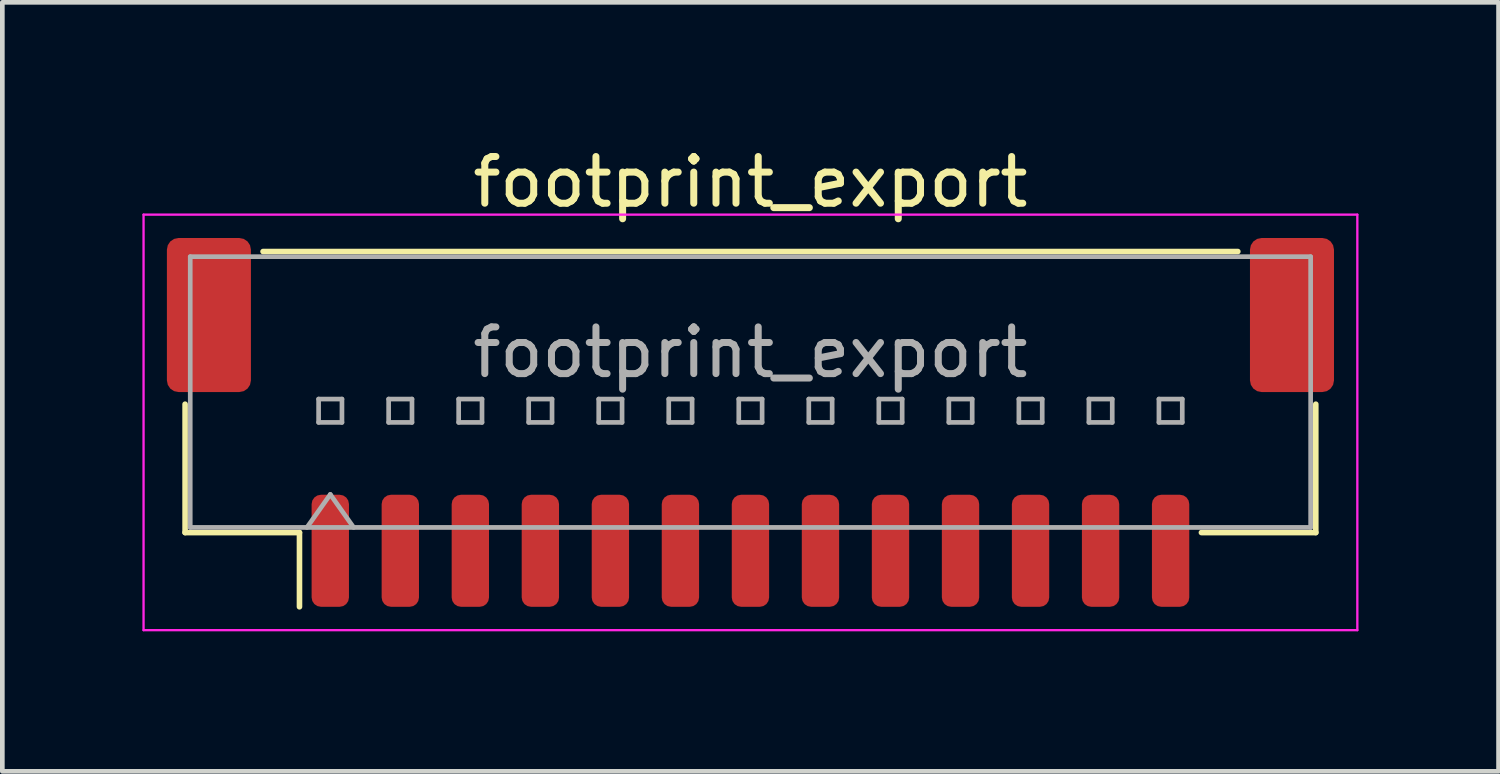
<source format=kicad_pcb>
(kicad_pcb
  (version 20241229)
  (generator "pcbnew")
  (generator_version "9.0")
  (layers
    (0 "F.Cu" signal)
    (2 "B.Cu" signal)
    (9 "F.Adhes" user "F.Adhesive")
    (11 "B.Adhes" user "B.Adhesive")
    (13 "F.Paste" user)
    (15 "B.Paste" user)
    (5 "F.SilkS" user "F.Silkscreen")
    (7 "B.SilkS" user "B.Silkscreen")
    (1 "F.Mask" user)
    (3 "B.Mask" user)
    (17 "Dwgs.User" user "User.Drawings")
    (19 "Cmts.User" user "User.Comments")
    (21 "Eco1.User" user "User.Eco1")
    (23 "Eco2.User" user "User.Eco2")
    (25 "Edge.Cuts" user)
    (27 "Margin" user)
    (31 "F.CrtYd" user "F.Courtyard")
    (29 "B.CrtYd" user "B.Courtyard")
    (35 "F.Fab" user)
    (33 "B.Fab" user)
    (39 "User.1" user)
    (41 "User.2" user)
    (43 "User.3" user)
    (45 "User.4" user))
  (footprint "footprint_export"
    (layer "F.Cu")
    (at 13.025 5.998)
    (property "Reference" "footprint_export" (at 0 -5.15 0) (layer "F.SilkS") (effects (font (size 1 1) (thickness 0.15))))
    (attr smd)
    (fp_line (start -12.11 -0.39) (end -12.11 2.36) (stroke (width 0.12) (type solid)) (layer "F.SilkS"))
    (fp_line (start -12.11 2.36) (end -9.66 2.36) (stroke (width 0.12) (type solid)) (layer "F.SilkS"))
    (fp_line (start -10.44 -3.66) (end 10.44 -3.66) (stroke (width 0.12) (type solid)) (layer "F.SilkS"))
    (fp_line (start -9.66 2.36) (end -9.66 3.95) (stroke (width 0.12) (type solid)) (layer "F.SilkS"))
    (fp_line (start 12.11 -0.39) (end 12.11 2.36) (stroke (width 0.12) (type solid)) (layer "F.SilkS"))
    (fp_line (start 12.11 2.36) (end 9.66 2.36) (stroke (width 0.12) (type solid)) (layer "F.SilkS"))
    (fp_line (start -13 -4.45) (end -13 4.45) (stroke (width 0.05) (type solid)) (layer "F.CrtYd"))
    (fp_line (start -13 4.45) (end 13 4.45) (stroke (width 0.05) (type solid)) (layer "F.CrtYd"))
    (fp_line (start 13 -4.45) (end -13 -4.45) (stroke (width 0.05) (type solid)) (layer "F.CrtYd"))
    (fp_line (start 13 4.45) (end 13 -4.45) (stroke (width 0.05) (type solid)) (layer "F.CrtYd"))
    (fp_line (start -12 -3.55) (end 12 -3.55) (stroke (width 0.1) (type solid)) (layer "F.Fab"))
    (fp_line (start -12 2.25) (end -12 -3.55) (stroke (width 0.1) (type solid)) (layer "F.Fab"))
    (fp_line (start -12 2.25) (end 12 2.25) (stroke (width 0.1) (type solid)) (layer "F.Fab"))
    (fp_line (start -9.5 2.25) (end -9 1.543) (stroke (width 0.1) (type solid)) (layer "F.Fab"))
    (fp_line (start -9.25 -0.5) (end -9.25 0) (stroke (width 0.1) (type solid)) (layer "F.Fab"))
    (fp_line (start -9.25 0) (end -8.75 0) (stroke (width 0.1) (type solid)) (layer "F.Fab"))
    (fp_line (start -9 1.543) (end -8.5 2.25) (stroke (width 0.1) (type solid)) (layer "F.Fab"))
    (fp_line (start -8.75 -0.5) (end -9.25 -0.5) (stroke (width 0.1) (type solid)) (layer "F.Fab"))
    (fp_line (start -8.75 0) (end -8.75 -0.5) (stroke (width 0.1) (type solid)) (layer "F.Fab"))
    (fp_line (start -7.75 -0.5) (end -7.75 0) (stroke (width 0.1) (type solid)) (layer "F.Fab"))
    (fp_line (start -7.75 0) (end -7.25 0) (stroke (width 0.1) (type solid)) (layer "F.Fab"))
    (fp_line (start -7.25 -0.5) (end -7.75 -0.5) (stroke (width 0.1) (type solid)) (layer "F.Fab"))
    (fp_line (start -7.25 0) (end -7.25 -0.5) (stroke (width 0.1) (type solid)) (layer "F.Fab"))
    (fp_line (start -6.25 -0.5) (end -6.25 0) (stroke (width 0.1) (type solid)) (layer "F.Fab"))
    (fp_line (start -6.25 0) (end -5.75 0) (stroke (width 0.1) (type solid)) (layer "F.Fab"))
    (fp_line (start -5.75 -0.5) (end -6.25 -0.5) (stroke (width 0.1) (type solid)) (layer "F.Fab"))
    (fp_line (start -5.75 0) (end -5.75 -0.5) (stroke (width 0.1) (type solid)) (layer "F.Fab"))
    (fp_line (start -4.75 -0.5) (end -4.75 0) (stroke (width 0.1) (type solid)) (layer "F.Fab"))
    (fp_line (start -4.75 0) (end -4.25 0) (stroke (width 0.1) (type solid)) (layer "F.Fab"))
    (fp_line (start -4.25 -0.5) (end -4.75 -0.5) (stroke (width 0.1) (type solid)) (layer "F.Fab"))
    (fp_line (start -4.25 0) (end -4.25 -0.5) (stroke (width 0.1) (type solid)) (layer "F.Fab"))
    (fp_line (start -3.25 -0.5) (end -3.25 0) (stroke (width 0.1) (type solid)) (layer "F.Fab"))
    (fp_line (start -3.25 0) (end -2.75 0) (stroke (width 0.1) (type solid)) (layer "F.Fab"))
    (fp_line (start -2.75 -0.5) (end -3.25 -0.5) (stroke (width 0.1) (type solid)) (layer "F.Fab"))
    (fp_line (start -2.75 0) (end -2.75 -0.5) (stroke (width 0.1) (type solid)) (layer "F.Fab"))
    (fp_line (start -1.75 -0.5) (end -1.75 0) (stroke (width 0.1) (type solid)) (layer "F.Fab"))
    (fp_line (start -1.75 0) (end -1.25 0) (stroke (width 0.1) (type solid)) (layer "F.Fab"))
    (fp_line (start -1.25 -0.5) (end -1.75 -0.5) (stroke (width 0.1) (type solid)) (layer "F.Fab"))
    (fp_line (start -1.25 0) (end -1.25 -0.5) (stroke (width 0.1) (type solid)) (layer "F.Fab"))
    (fp_line (start -0.25 -0.5) (end -0.25 0) (stroke (width 0.1) (type solid)) (layer "F.Fab"))
    (fp_line (start -0.25 0) (end 0.25 0) (stroke (width 0.1) (type solid)) (layer "F.Fab"))
    (fp_line (start 0.25 -0.5) (end -0.25 -0.5) (stroke (width 0.1) (type solid)) (layer "F.Fab"))
    (fp_line (start 0.25 0) (end 0.25 -0.5) (stroke (width 0.1) (type solid)) (layer "F.Fab"))
    (fp_line (start 1.25 -0.5) (end 1.25 0) (stroke (width 0.1) (type solid)) (layer "F.Fab"))
    (fp_line (start 1.25 0) (end 1.75 0) (stroke (width 0.1) (type solid)) (layer "F.Fab"))
    (fp_line (start 1.75 -0.5) (end 1.25 -0.5) (stroke (width 0.1) (type solid)) (layer "F.Fab"))
    (fp_line (start 1.75 0) (end 1.75 -0.5) (stroke (width 0.1) (type solid)) (layer "F.Fab"))
    (fp_line (start 2.75 -0.5) (end 2.75 0) (stroke (width 0.1) (type solid)) (layer "F.Fab"))
    (fp_line (start 2.75 0) (end 3.25 0) (stroke (width 0.1) (type solid)) (layer "F.Fab"))
    (fp_line (start 3.25 -0.5) (end 2.75 -0.5) (stroke (width 0.1) (type solid)) (layer "F.Fab"))
    (fp_line (start 3.25 0) (end 3.25 -0.5) (stroke (width 0.1) (type solid)) (layer "F.Fab"))
    (fp_line (start 4.25 -0.5) (end 4.25 0) (stroke (width 0.1) (type solid)) (layer "F.Fab"))
    (fp_line (start 4.25 0) (end 4.75 0) (stroke (width 0.1) (type solid)) (layer "F.Fab"))
    (fp_line (start 4.75 -0.5) (end 4.25 -0.5) (stroke (width 0.1) (type solid)) (layer "F.Fab"))
    (fp_line (start 4.75 0) (end 4.75 -0.5) (stroke (width 0.1) (type solid)) (layer "F.Fab"))
    (fp_line (start 5.75 -0.5) (end 5.75 0) (stroke (width 0.1) (type solid)) (layer "F.Fab"))
    (fp_line (start 5.75 0) (end 6.25 0) (stroke (width 0.1) (type solid)) (layer "F.Fab"))
    (fp_line (start 6.25 -0.5) (end 5.75 -0.5) (stroke (width 0.1) (type solid)) (layer "F.Fab"))
    (fp_line (start 6.25 0) (end 6.25 -0.5) (stroke (width 0.1) (type solid)) (layer "F.Fab"))
    (fp_line (start 7.25 -0.5) (end 7.25 0) (stroke (width 0.1) (type solid)) (layer "F.Fab"))
    (fp_line (start 7.25 0) (end 7.75 0) (stroke (width 0.1) (type solid)) (layer "F.Fab"))
    (fp_line (start 7.75 -0.5) (end 7.25 -0.5) (stroke (width 0.1) (type solid)) (layer "F.Fab"))
    (fp_line (start 7.75 0) (end 7.75 -0.5) (stroke (width 0.1) (type solid)) (layer "F.Fab"))
    (fp_line (start 8.75 -0.5) (end 8.75 0) (stroke (width 0.1) (type solid)) (layer "F.Fab"))
    (fp_line (start 8.75 0) (end 9.25 0) (stroke (width 0.1) (type solid)) (layer "F.Fab"))
    (fp_line (start 9.25 -0.5) (end 8.75 -0.5) (stroke (width 0.1) (type solid)) (layer "F.Fab"))
    (fp_line (start 9.25 0) (end 9.25 -0.5) (stroke (width 0.1) (type solid)) (layer "F.Fab"))
    (fp_line (start 12 2.25) (end 12 -3.55) (stroke (width 0.1) (type solid)) (layer "F.Fab"))
    (fp_text user "${REFERENCE}" (at 0 -1.5 0) (layer "F.Fab") (effects (font (size 1 1) (thickness 0.15))))
    (pad "1" smd roundrect (at -9 2.75) (size 0.8 2.4) (layers "F.Cu" "F.Mask" "F.Paste") (roundrect_rratio 0.25))
    (pad "2" smd roundrect (at -7.5 2.75) (size 0.8 2.4) (layers "F.Cu" "F.Mask" "F.Paste") (roundrect_rratio 0.25))
    (pad "3" smd roundrect (at -6 2.75) (size 0.8 2.4) (layers "F.Cu" "F.Mask" "F.Paste") (roundrect_rratio 0.25))
    (pad "4" smd roundrect (at -4.5 2.75) (size 0.8 2.4) (layers "F.Cu" "F.Mask" "F.Paste") (roundrect_rratio 0.25))
    (pad "5" smd roundrect (at -3 2.75) (size 0.8 2.4) (layers "F.Cu" "F.Mask" "F.Paste") (roundrect_rratio 0.25))
    (pad "6" smd roundrect (at -1.5 2.75) (size 0.8 2.4) (layers "F.Cu" "F.Mask" "F.Paste") (roundrect_rratio 0.25))
    (pad "7" smd roundrect (at 0 2.75) (size 0.8 2.4) (layers "F.Cu" "F.Mask" "F.Paste") (roundrect_rratio 0.25))
    (pad "8" smd roundrect (at 1.5 2.75) (size 0.8 2.4) (layers "F.Cu" "F.Mask" "F.Paste") (roundrect_rratio 0.25))
    (pad "9" smd roundrect (at 3 2.75) (size 0.8 2.4) (layers "F.Cu" "F.Mask" "F.Paste") (roundrect_rratio 0.25))
    (pad "10" smd roundrect (at 4.5 2.75) (size 0.8 2.4) (layers "F.Cu" "F.Mask" "F.Paste") (roundrect_rratio 0.25))
    (pad "11" smd roundrect (at 6 2.75) (size 0.8 2.4) (layers "F.Cu" "F.Mask" "F.Paste") (roundrect_rratio 0.25))
    (pad "12" smd roundrect (at 7.5 2.75) (size 0.8 2.4) (layers "F.Cu" "F.Mask" "F.Paste") (roundrect_rratio 0.25))
    (pad "13" smd roundrect (at 9 2.75) (size 0.8 2.4) (layers "F.Cu" "F.Mask" "F.Paste") (roundrect_rratio 0.25))
    (pad "MP" smd roundrect (at -11.6 -2.3) (size 1.8 3.3) (layers "F.Cu" "F.Mask" "F.Paste") (roundrect_rratio 0.139))
    (pad "MP" smd roundrect (at 11.6 -2.3) (size 1.8 3.3) (layers "F.Cu" "F.Mask" "F.Paste") (roundrect_rratio 0.139)))
  (gr_rect
    (start -3 -3)
    (end 29.05 13.473)
    (stroke (width 0.1) (type default))
    (fill no)
    (layer "Edge.Cuts")))
</source>
